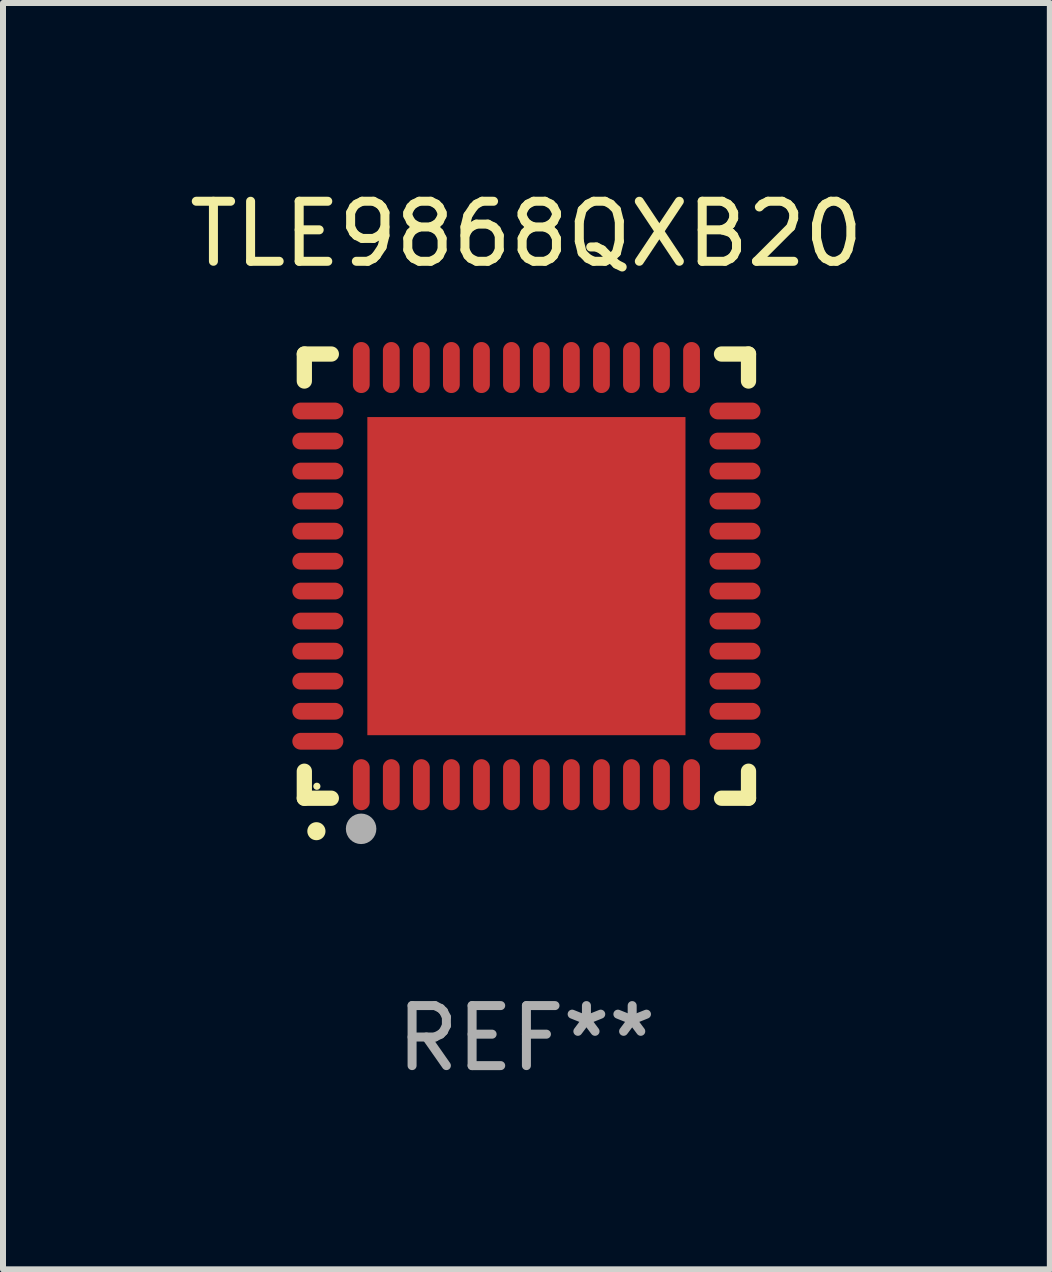
<source format=kicad_pcb>
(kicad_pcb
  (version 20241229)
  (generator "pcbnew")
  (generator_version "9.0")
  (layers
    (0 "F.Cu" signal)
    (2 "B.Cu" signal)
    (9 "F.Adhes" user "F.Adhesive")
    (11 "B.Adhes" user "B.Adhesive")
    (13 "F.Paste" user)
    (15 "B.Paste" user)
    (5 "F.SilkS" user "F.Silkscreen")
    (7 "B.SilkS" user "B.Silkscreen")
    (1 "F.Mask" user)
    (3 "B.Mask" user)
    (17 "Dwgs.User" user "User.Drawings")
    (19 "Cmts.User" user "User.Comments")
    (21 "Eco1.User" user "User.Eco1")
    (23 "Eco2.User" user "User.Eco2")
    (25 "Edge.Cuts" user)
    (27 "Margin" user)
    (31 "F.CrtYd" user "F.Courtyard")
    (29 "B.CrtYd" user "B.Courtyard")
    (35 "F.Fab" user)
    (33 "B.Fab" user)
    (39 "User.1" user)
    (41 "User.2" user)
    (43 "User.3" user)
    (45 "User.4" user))
  (footprint "TLE9868QXB20"
    (layer "F.Cu")
    (at 5.72 6.548)
    (property "Reference" "TLE9868QXB20" (at 0 -5.7 0) (layer "F.SilkS") (effects (font (size 1 1) (thickness 0.15))))
    (attr through_hole)
    (fp_line (start -3.7 -3.7) (end -3.25 -3.7) (stroke (width 0.254) (type solid)) (layer "F.SilkS"))
    (fp_line (start -3.7 -3.25) (end -3.7 -3.7) (stroke (width 0.254) (type solid)) (layer "F.SilkS"))
    (fp_line (start -3.7 3.7) (end -3.7 3.25) (stroke (width 0.254) (type solid)) (layer "F.SilkS"))
    (fp_line (start -3.25 3.7) (end -3.7 3.7) (stroke (width 0.254) (type solid)) (layer "F.SilkS"))
    (fp_line (start 3.25 3.7) (end 3.7 3.7) (stroke (width 0.254) (type solid)) (layer "F.SilkS"))
    (fp_line (start 3.7 -3.7) (end 3.25 -3.7) (stroke (width 0.254) (type solid)) (layer "F.SilkS"))
    (fp_line (start 3.7 -3.25) (end 3.7 -3.7) (stroke (width 0.254) (type solid)) (layer "F.SilkS"))
    (fp_line (start 3.7 3.7) (end 3.7 3.25) (stroke (width 0.254) (type solid)) (layer "F.SilkS"))
    (fp_arc (start -3.500127 4.249428) (mid -3.498857 4.249423) (end -3.497587 4.249428) (stroke (width 0.3) (type solid)) (layer "F.SilkS"))
    (fp_circle (center -3.491 3.501) (end -3.461 3.501) (stroke (width 0.06) (type solid)) (fill no) (layer "F.SilkS"))
    (fp_circle (center -2.754 4.21) (end -2.627 4.21) (stroke (width 0.254) (type solid)) (fill no) (layer "F.Fab"))
    (fp_text user "REF**" (at 0 7.7 0) (layer "F.Fab") (effects (font (size 1 1) (thickness 0.15))))
    (pad "1" smd oval (at -2.751 3.475) (size 0.28 0.85) (layers "F.Cu" "F.Mask" "F.Paste"))
    (pad "2" smd oval (at -2.251 3.475) (size 0.28 0.85) (layers "F.Cu" "F.Mask" "F.Paste"))
    (pad "3" smd oval (at -1.75 3.475) (size 0.28 0.85) (layers "F.Cu" "F.Mask" "F.Paste"))
    (pad "4" smd oval (at -1.25 3.475) (size 0.28 0.85) (layers "F.Cu" "F.Mask" "F.Paste"))
    (pad "5" smd oval (at -0.749 3.475) (size 0.28 0.85) (layers "F.Cu" "F.Mask" "F.Paste"))
    (pad "6" smd oval (at -0.249 3.475) (size 0.28 0.85) (layers "F.Cu" "F.Mask" "F.Paste"))
    (pad "7" smd oval (at 0.249 3.475) (size 0.28 0.85) (layers "F.Cu" "F.Mask" "F.Paste"))
    (pad "8" smd oval (at 0.749 3.475) (size 0.28 0.85) (layers "F.Cu" "F.Mask" "F.Paste"))
    (pad "9" smd oval (at 1.25 3.475) (size 0.28 0.85) (layers "F.Cu" "F.Mask" "F.Paste"))
    (pad "10" smd oval (at 1.75 3.475) (size 0.28 0.85) (layers "F.Cu" "F.Mask" "F.Paste"))
    (pad "11" smd oval (at 2.25 3.475) (size 0.28 0.85) (layers "F.Cu" "F.Mask" "F.Paste"))
    (pad "12" smd oval (at 2.751 3.475) (size 0.28 0.85) (layers "F.Cu" "F.Mask" "F.Paste"))
    (pad "13" smd oval (at 3.475 2.751) (size 0.85 0.28) (layers "F.Cu" "F.Mask" "F.Paste"))
    (pad "14" smd oval (at 3.475 2.251) (size 0.85 0.28) (layers "F.Cu" "F.Mask" "F.Paste"))
    (pad "15" smd oval (at 3.475 1.75) (size 0.85 0.28) (layers "F.Cu" "F.Mask" "F.Paste"))
    (pad "16" smd oval (at 3.475 1.25) (size 0.85 0.28) (layers "F.Cu" "F.Mask" "F.Paste"))
    (pad "17" smd oval (at 3.475 0.749) (size 0.85 0.28) (layers "F.Cu" "F.Mask" "F.Paste"))
    (pad "18" smd oval (at 3.475 0.249) (size 0.85 0.28) (layers "F.Cu" "F.Mask" "F.Paste"))
    (pad "19" smd oval (at 3.475 -0.249) (size 0.85 0.28) (layers "F.Cu" "F.Mask" "F.Paste"))
    (pad "20" smd oval (at 3.475 -0.749) (size 0.85 0.28) (layers "F.Cu" "F.Mask" "F.Paste"))
    (pad "21" smd oval (at 3.475 -1.25) (size 0.85 0.28) (layers "F.Cu" "F.Mask" "F.Paste"))
    (pad "22" smd oval (at 3.475 -1.75) (size 0.85 0.28) (layers "F.Cu" "F.Mask" "F.Paste"))
    (pad "23" smd oval (at 3.475 -2.25) (size 0.85 0.28) (layers "F.Cu" "F.Mask" "F.Paste"))
    (pad "24" smd oval (at 3.475 -2.751) (size 0.85 0.28) (layers "F.Cu" "F.Mask" "F.Paste"))
    (pad "25" smd oval (at 2.751 -3.475) (size 0.28 0.85) (layers "F.Cu" "F.Mask" "F.Paste"))
    (pad "26" smd oval (at 2.25 -3.475) (size 0.28 0.85) (layers "F.Cu" "F.Mask" "F.Paste"))
    (pad "27" smd oval (at 1.75 -3.475) (size 0.28 0.85) (layers "F.Cu" "F.Mask" "F.Paste"))
    (pad "28" smd oval (at 1.25 -3.475) (size 0.28 0.85) (layers "F.Cu" "F.Mask" "F.Paste"))
    (pad "29" smd oval (at 0.749 -3.475) (size 0.28 0.85) (layers "F.Cu" "F.Mask" "F.Paste"))
    (pad "30" smd oval (at 0.249 -3.475) (size 0.28 0.85) (layers "F.Cu" "F.Mask" "F.Paste"))
    (pad "31" smd oval (at -0.249 -3.475) (size 0.28 0.85) (layers "F.Cu" "F.Mask" "F.Paste"))
    (pad "32" smd oval (at -0.749 -3.475) (size 0.28 0.85) (layers "F.Cu" "F.Mask" "F.Paste"))
    (pad "33" smd oval (at -1.25 -3.475) (size 0.28 0.85) (layers "F.Cu" "F.Mask" "F.Paste"))
    (pad "34" smd oval (at -1.75 -3.475) (size 0.28 0.85) (layers "F.Cu" "F.Mask" "F.Paste"))
    (pad "35" smd oval (at -2.251 -3.475) (size 0.28 0.85) (layers "F.Cu" "F.Mask" "F.Paste"))
    (pad "36" smd oval (at -2.751 -3.475) (size 0.28 0.85) (layers "F.Cu" "F.Mask" "F.Paste"))
    (pad "37" smd oval (at -3.475 -2.751) (size 0.85 0.28) (layers "F.Cu" "F.Mask" "F.Paste"))
    (pad "38" smd oval (at -3.475 -2.25) (size 0.85 0.28) (layers "F.Cu" "F.Mask" "F.Paste"))
    (pad "39" smd oval (at -3.475 -1.75) (size 0.85 0.28) (layers "F.Cu" "F.Mask" "F.Paste"))
    (pad "40" smd oval (at -3.475 -1.25) (size 0.85 0.28) (layers "F.Cu" "F.Mask" "F.Paste"))
    (pad "41" smd oval (at -3.475 -0.749) (size 0.85 0.28) (layers "F.Cu" "F.Mask" "F.Paste"))
    (pad "42" smd oval (at -3.475 -0.249) (size 0.85 0.28) (layers "F.Cu" "F.Mask" "F.Paste"))
    (pad "43" smd oval (at -3.475 0.249) (size 0.85 0.28) (layers "F.Cu" "F.Mask" "F.Paste"))
    (pad "44" smd oval (at -3.475 0.749) (size 0.85 0.28) (layers "F.Cu" "F.Mask" "F.Paste"))
    (pad "45" smd oval (at -3.475 1.25) (size 0.85 0.28) (layers "F.Cu" "F.Mask" "F.Paste"))
    (pad "46" smd oval (at -3.475 1.75) (size 0.85 0.28) (layers "F.Cu" "F.Mask" "F.Paste"))
    (pad "47" smd oval (at -3.475 2.251) (size 0.85 0.28) (layers "F.Cu" "F.Mask" "F.Paste"))
    (pad "48" smd oval (at -3.475 2.751) (size 0.85 0.28) (layers "F.Cu" "F.Mask" "F.Paste"))
    (pad "49" smd rect (at -0.000102 0.000102) (size 5.3 5.3) (layers "F.Cu" "F.Mask" "F.Paste")))
  (gr_rect
    (start -3 -3)
    (end 14.44 18.097)
    (stroke (width 0.1) (type default))
    (fill no)
    (layer "Edge.Cuts")))
</source>
